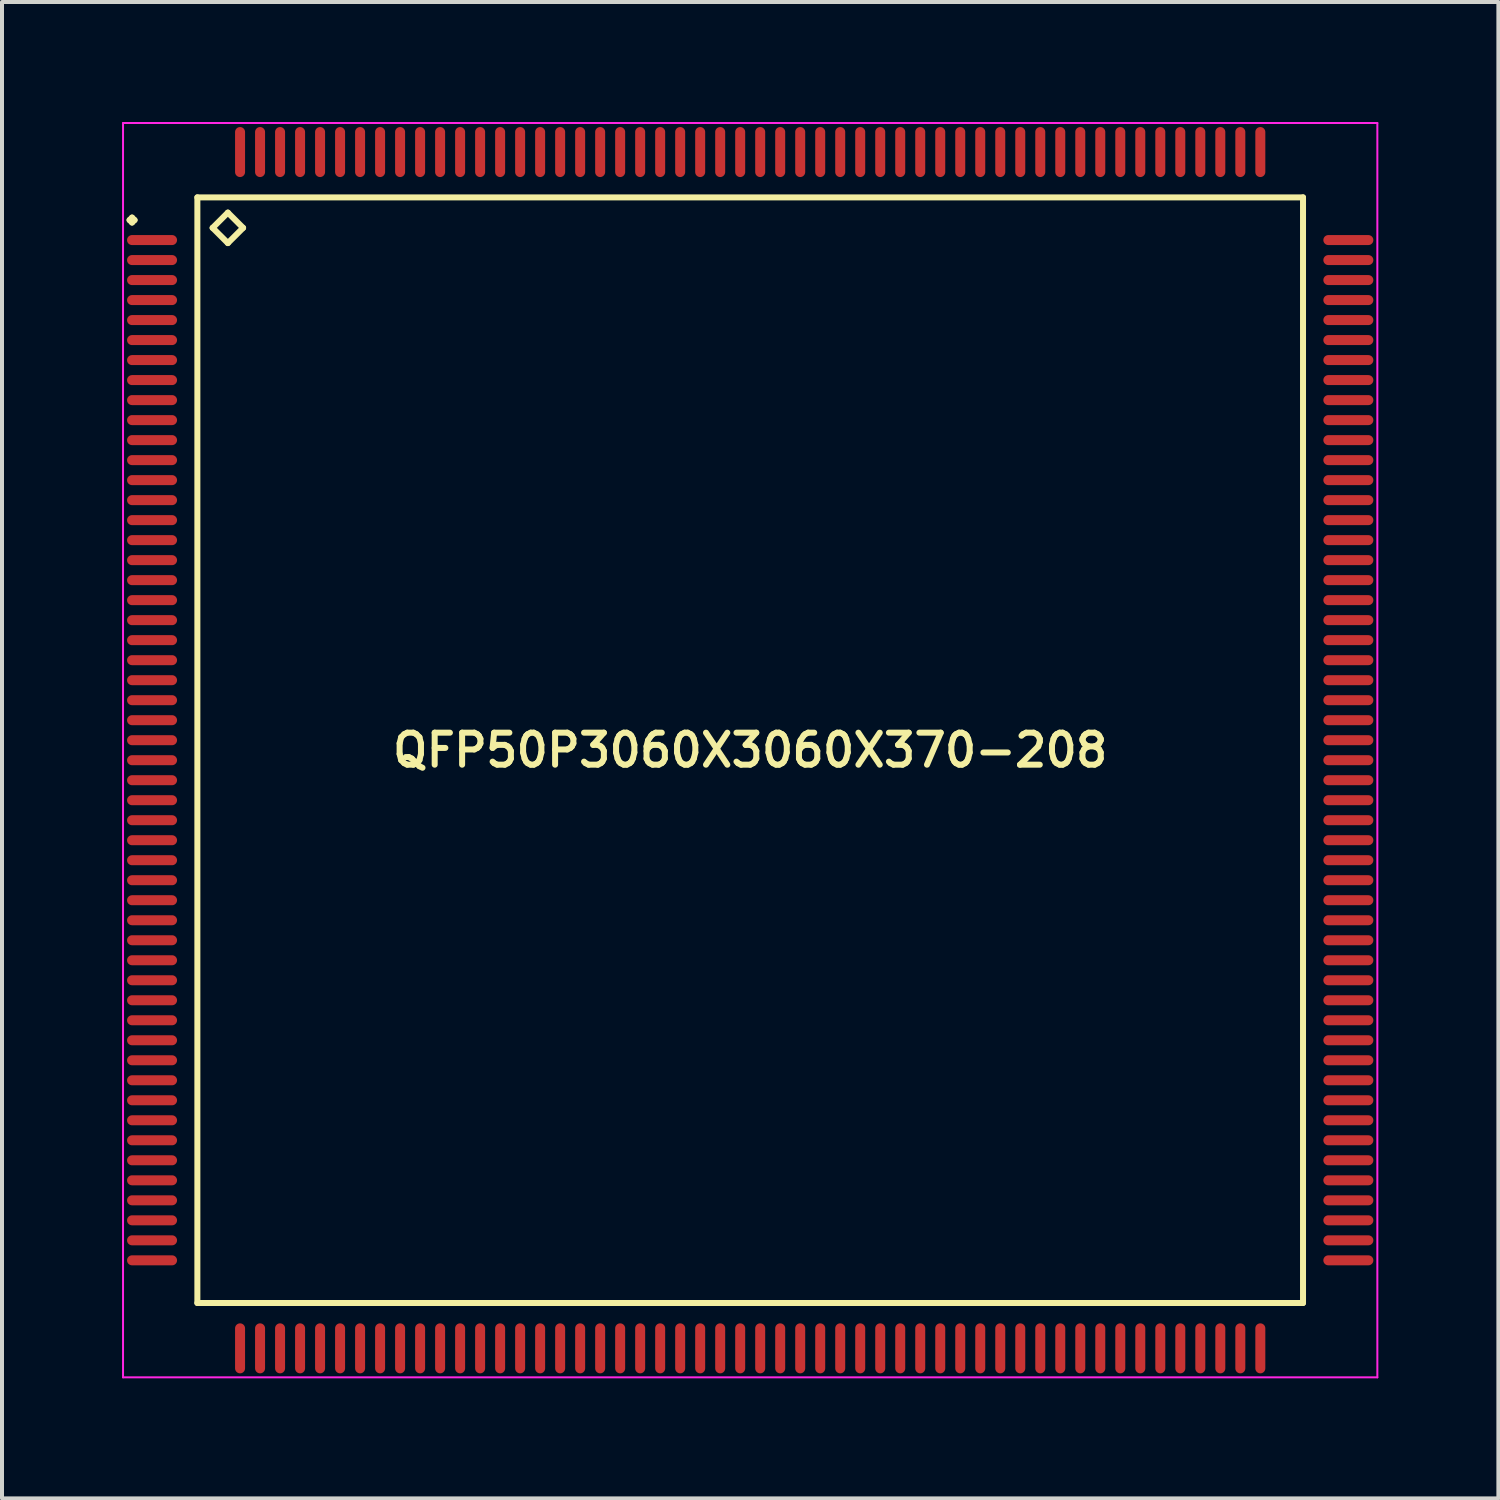
<source format=kicad_pcb>
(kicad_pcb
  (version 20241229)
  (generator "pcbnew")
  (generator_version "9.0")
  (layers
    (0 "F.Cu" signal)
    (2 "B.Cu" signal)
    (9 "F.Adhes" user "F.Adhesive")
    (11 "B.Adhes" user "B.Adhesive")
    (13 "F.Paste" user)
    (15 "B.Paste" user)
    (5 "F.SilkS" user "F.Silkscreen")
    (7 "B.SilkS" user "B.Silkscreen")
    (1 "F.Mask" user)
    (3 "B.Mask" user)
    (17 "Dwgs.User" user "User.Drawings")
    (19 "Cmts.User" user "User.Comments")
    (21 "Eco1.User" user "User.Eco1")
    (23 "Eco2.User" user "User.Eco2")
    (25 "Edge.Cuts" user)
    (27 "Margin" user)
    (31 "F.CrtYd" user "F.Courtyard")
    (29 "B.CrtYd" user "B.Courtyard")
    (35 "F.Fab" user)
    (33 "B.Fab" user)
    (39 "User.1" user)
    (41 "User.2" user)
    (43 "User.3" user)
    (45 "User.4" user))
  (footprint "QFP50P3060X3060X370-208"
    (layer "F.Cu")
    (at 15.7 15.7)
    (property "Reference" "QFP50P3060X3060X370-208" (at 0 0 0) (layer "F.SilkS") (effects (font (size 0.8 0.8) (thickness 0.15))))
    (attr smd)
    (fp_line (start -15.512 -13.25) (end -15.45 -13.312) (stroke (width 0.15) (type solid)) (layer "F.SilkS"))
    (fp_line (start -15.45 -13.312) (end -15.387 -13.25) (stroke (width 0.15) (type solid)) (layer "F.SilkS"))
    (fp_line (start -15.45 -13.188) (end -15.512 -13.25) (stroke (width 0.15) (type solid)) (layer "F.SilkS"))
    (fp_line (start -15.387 -13.25) (end -15.45 -13.188) (stroke (width 0.15) (type solid)) (layer "F.SilkS"))
    (fp_line (start -13.817 -13.817) (end -13.817 13.817) (stroke (width 0.15) (type solid)) (layer "F.SilkS"))
    (fp_line (start -13.817 13.817) (end 13.817 13.817) (stroke (width 0.15) (type solid)) (layer "F.SilkS"))
    (fp_line (start -13.436 -13.055) (end -13.055 -13.436) (stroke (width 0.15) (type solid)) (layer "F.SilkS"))
    (fp_line (start -13.055 -13.436) (end -12.674 -13.055) (stroke (width 0.15) (type solid)) (layer "F.SilkS"))
    (fp_line (start -13.055 -12.674) (end -13.436 -13.055) (stroke (width 0.15) (type solid)) (layer "F.SilkS"))
    (fp_line (start -12.674 -13.055) (end -13.055 -12.674) (stroke (width 0.15) (type solid)) (layer "F.SilkS"))
    (fp_line (start 13.817 -13.817) (end -13.817 -13.817) (stroke (width 0.15) (type solid)) (layer "F.SilkS"))
    (fp_line (start 13.817 13.817) (end 13.817 -13.817) (stroke (width 0.15) (type solid)) (layer "F.SilkS"))
    (fp_line (start -15.675 -15.675) (end 15.675 -15.675) (stroke (width 0.05) (type solid)) (layer "F.CrtYd"))
    (fp_line (start -15.675 15.675) (end -15.675 -15.675) (stroke (width 0.05) (type solid)) (layer "F.CrtYd"))
    (fp_line (start 15.675 -15.675) (end 15.675 15.675) (stroke (width 0.05) (type solid)) (layer "F.CrtYd"))
    (fp_line (start 15.675 15.675) (end -15.675 15.675) (stroke (width 0.05) (type solid)) (layer "F.CrtYd"))
    (pad "1" smd oval (at -14.95 -12.75) (size 1.25 0.25) (layers "F.Cu" "F.Mask" "F.Paste"))
    (pad "2" smd oval (at -14.95 -12.25) (size 1.25 0.25) (layers "F.Cu" "F.Mask" "F.Paste"))
    (pad "3" smd oval (at -14.95 -11.75) (size 1.25 0.25) (layers "F.Cu" "F.Mask" "F.Paste"))
    (pad "4" smd oval (at -14.95 -11.25) (size 1.25 0.25) (layers "F.Cu" "F.Mask" "F.Paste"))
    (pad "5" smd oval (at -14.95 -10.75) (size 1.25 0.25) (layers "F.Cu" "F.Mask" "F.Paste"))
    (pad "6" smd oval (at -14.95 -10.25) (size 1.25 0.25) (layers "F.Cu" "F.Mask" "F.Paste"))
    (pad "7" smd oval (at -14.95 -9.75) (size 1.25 0.25) (layers "F.Cu" "F.Mask" "F.Paste"))
    (pad "8" smd oval (at -14.95 -9.25) (size 1.25 0.25) (layers "F.Cu" "F.Mask" "F.Paste"))
    (pad "9" smd oval (at -14.95 -8.75) (size 1.25 0.25) (layers "F.Cu" "F.Mask" "F.Paste"))
    (pad "10" smd oval (at -14.95 -8.25) (size 1.25 0.25) (layers "F.Cu" "F.Mask" "F.Paste"))
    (pad "11" smd oval (at -14.95 -7.75) (size 1.25 0.25) (layers "F.Cu" "F.Mask" "F.Paste"))
    (pad "12" smd oval (at -14.95 -7.25) (size 1.25 0.25) (layers "F.Cu" "F.Mask" "F.Paste"))
    (pad "13" smd oval (at -14.95 -6.75) (size 1.25 0.25) (layers "F.Cu" "F.Mask" "F.Paste"))
    (pad "14" smd oval (at -14.95 -6.25) (size 1.25 0.25) (layers "F.Cu" "F.Mask" "F.Paste"))
    (pad "15" smd oval (at -14.95 -5.75) (size 1.25 0.25) (layers "F.Cu" "F.Mask" "F.Paste"))
    (pad "16" smd oval (at -14.95 -5.25) (size 1.25 0.25) (layers "F.Cu" "F.Mask" "F.Paste"))
    (pad "17" smd oval (at -14.95 -4.75) (size 1.25 0.25) (layers "F.Cu" "F.Mask" "F.Paste"))
    (pad "18" smd oval (at -14.95 -4.25) (size 1.25 0.25) (layers "F.Cu" "F.Mask" "F.Paste"))
    (pad "19" smd oval (at -14.95 -3.75) (size 1.25 0.25) (layers "F.Cu" "F.Mask" "F.Paste"))
    (pad "20" smd oval (at -14.95 -3.25) (size 1.25 0.25) (layers "F.Cu" "F.Mask" "F.Paste"))
    (pad "21" smd oval (at -14.95 -2.75) (size 1.25 0.25) (layers "F.Cu" "F.Mask" "F.Paste"))
    (pad "22" smd oval (at -14.95 -2.25) (size 1.25 0.25) (layers "F.Cu" "F.Mask" "F.Paste"))
    (pad "23" smd oval (at -14.95 -1.75) (size 1.25 0.25) (layers "F.Cu" "F.Mask" "F.Paste"))
    (pad "24" smd oval (at -14.95 -1.25) (size 1.25 0.25) (layers "F.Cu" "F.Mask" "F.Paste"))
    (pad "25" smd oval (at -14.95 -0.75) (size 1.25 0.25) (layers "F.Cu" "F.Mask" "F.Paste"))
    (pad "26" smd oval (at -14.95 -0.25) (size 1.25 0.25) (layers "F.Cu" "F.Mask" "F.Paste"))
    (pad "27" smd oval (at -14.95 0.25) (size 1.25 0.25) (layers "F.Cu" "F.Mask" "F.Paste"))
    (pad "28" smd oval (at -14.95 0.75) (size 1.25 0.25) (layers "F.Cu" "F.Mask" "F.Paste"))
    (pad "29" smd oval (at -14.95 1.25) (size 1.25 0.25) (layers "F.Cu" "F.Mask" "F.Paste"))
    (pad "30" smd oval (at -14.95 1.75) (size 1.25 0.25) (layers "F.Cu" "F.Mask" "F.Paste"))
    (pad "31" smd oval (at -14.95 2.25) (size 1.25 0.25) (layers "F.Cu" "F.Mask" "F.Paste"))
    (pad "32" smd oval (at -14.95 2.75) (size 1.25 0.25) (layers "F.Cu" "F.Mask" "F.Paste"))
    (pad "33" smd oval (at -14.95 3.25) (size 1.25 0.25) (layers "F.Cu" "F.Mask" "F.Paste"))
    (pad "34" smd oval (at -14.95 3.75) (size 1.25 0.25) (layers "F.Cu" "F.Mask" "F.Paste"))
    (pad "35" smd oval (at -14.95 4.25) (size 1.25 0.25) (layers "F.Cu" "F.Mask" "F.Paste"))
    (pad "36" smd oval (at -14.95 4.75) (size 1.25 0.25) (layers "F.Cu" "F.Mask" "F.Paste"))
    (pad "37" smd oval (at -14.95 5.25) (size 1.25 0.25) (layers "F.Cu" "F.Mask" "F.Paste"))
    (pad "38" smd oval (at -14.95 5.75) (size 1.25 0.25) (layers "F.Cu" "F.Mask" "F.Paste"))
    (pad "39" smd oval (at -14.95 6.25) (size 1.25 0.25) (layers "F.Cu" "F.Mask" "F.Paste"))
    (pad "40" smd oval (at -14.95 6.75) (size 1.25 0.25) (layers "F.Cu" "F.Mask" "F.Paste"))
    (pad "41" smd oval (at -14.95 7.25) (size 1.25 0.25) (layers "F.Cu" "F.Mask" "F.Paste"))
    (pad "42" smd oval (at -14.95 7.75) (size 1.25 0.25) (layers "F.Cu" "F.Mask" "F.Paste"))
    (pad "43" smd oval (at -14.95 8.25) (size 1.25 0.25) (layers "F.Cu" "F.Mask" "F.Paste"))
    (pad "44" smd oval (at -14.95 8.75) (size 1.25 0.25) (layers "F.Cu" "F.Mask" "F.Paste"))
    (pad "45" smd oval (at -14.95 9.25) (size 1.25 0.25) (layers "F.Cu" "F.Mask" "F.Paste"))
    (pad "46" smd oval (at -14.95 9.75) (size 1.25 0.25) (layers "F.Cu" "F.Mask" "F.Paste"))
    (pad "47" smd oval (at -14.95 10.25) (size 1.25 0.25) (layers "F.Cu" "F.Mask" "F.Paste"))
    (pad "48" smd oval (at -14.95 10.75) (size 1.25 0.25) (layers "F.Cu" "F.Mask" "F.Paste"))
    (pad "49" smd oval (at -14.95 11.25) (size 1.25 0.25) (layers "F.Cu" "F.Mask" "F.Paste"))
    (pad "50" smd oval (at -14.95 11.75) (size 1.25 0.25) (layers "F.Cu" "F.Mask" "F.Paste"))
    (pad "51" smd oval (at -14.95 12.25) (size 1.25 0.25) (layers "F.Cu" "F.Mask" "F.Paste"))
    (pad "52" smd oval (at -14.95 12.75) (size 1.25 0.25) (layers "F.Cu" "F.Mask" "F.Paste"))
    (pad "53" smd oval (at -12.75 14.95) (size 0.25 1.25) (layers "F.Cu" "F.Mask" "F.Paste"))
    (pad "54" smd oval (at -12.25 14.95) (size 0.25 1.25) (layers "F.Cu" "F.Mask" "F.Paste"))
    (pad "55" smd oval (at -11.75 14.95) (size 0.25 1.25) (layers "F.Cu" "F.Mask" "F.Paste"))
    (pad "56" smd oval (at -11.25 14.95) (size 0.25 1.25) (layers "F.Cu" "F.Mask" "F.Paste"))
    (pad "57" smd oval (at -10.75 14.95) (size 0.25 1.25) (layers "F.Cu" "F.Mask" "F.Paste"))
    (pad "58" smd oval (at -10.25 14.95) (size 0.25 1.25) (layers "F.Cu" "F.Mask" "F.Paste"))
    (pad "59" smd oval (at -9.75 14.95) (size 0.25 1.25) (layers "F.Cu" "F.Mask" "F.Paste"))
    (pad "60" smd oval (at -9.25 14.95) (size 0.25 1.25) (layers "F.Cu" "F.Mask" "F.Paste"))
    (pad "61" smd oval (at -8.75 14.95) (size 0.25 1.25) (layers "F.Cu" "F.Mask" "F.Paste"))
    (pad "62" smd oval (at -8.25 14.95) (size 0.25 1.25) (layers "F.Cu" "F.Mask" "F.Paste"))
    (pad "63" smd oval (at -7.75 14.95) (size 0.25 1.25) (layers "F.Cu" "F.Mask" "F.Paste"))
    (pad "64" smd oval (at -7.25 14.95) (size 0.25 1.25) (layers "F.Cu" "F.Mask" "F.Paste"))
    (pad "65" smd oval (at -6.75 14.95) (size 0.25 1.25) (layers "F.Cu" "F.Mask" "F.Paste"))
    (pad "66" smd oval (at -6.25 14.95) (size 0.25 1.25) (layers "F.Cu" "F.Mask" "F.Paste"))
    (pad "67" smd oval (at -5.75 14.95) (size 0.25 1.25) (layers "F.Cu" "F.Mask" "F.Paste"))
    (pad "68" smd oval (at -5.25 14.95) (size 0.25 1.25) (layers "F.Cu" "F.Mask" "F.Paste"))
    (pad "69" smd oval (at -4.75 14.95) (size 0.25 1.25) (layers "F.Cu" "F.Mask" "F.Paste"))
    (pad "70" smd oval (at -4.25 14.95) (size 0.25 1.25) (layers "F.Cu" "F.Mask" "F.Paste"))
    (pad "71" smd oval (at -3.75 14.95) (size 0.25 1.25) (layers "F.Cu" "F.Mask" "F.Paste"))
    (pad "72" smd oval (at -3.25 14.95) (size 0.25 1.25) (layers "F.Cu" "F.Mask" "F.Paste"))
    (pad "73" smd oval (at -2.75 14.95) (size 0.25 1.25) (layers "F.Cu" "F.Mask" "F.Paste"))
    (pad "74" smd oval (at -2.25 14.95) (size 0.25 1.25) (layers "F.Cu" "F.Mask" "F.Paste"))
    (pad "75" smd oval (at -1.75 14.95) (size 0.25 1.25) (layers "F.Cu" "F.Mask" "F.Paste"))
    (pad "76" smd oval (at -1.25 14.95) (size 0.25 1.25) (layers "F.Cu" "F.Mask" "F.Paste"))
    (pad "77" smd oval (at -0.75 14.95) (size 0.25 1.25) (layers "F.Cu" "F.Mask" "F.Paste"))
    (pad "78" smd oval (at -0.25 14.95) (size 0.25 1.25) (layers "F.Cu" "F.Mask" "F.Paste"))
    (pad "79" smd oval (at 0.25 14.95) (size 0.25 1.25) (layers "F.Cu" "F.Mask" "F.Paste"))
    (pad "80" smd oval (at 0.75 14.95) (size 0.25 1.25) (layers "F.Cu" "F.Mask" "F.Paste"))
    (pad "81" smd oval (at 1.25 14.95) (size 0.25 1.25) (layers "F.Cu" "F.Mask" "F.Paste"))
    (pad "82" smd oval (at 1.75 14.95) (size 0.25 1.25) (layers "F.Cu" "F.Mask" "F.Paste"))
    (pad "83" smd oval (at 2.25 14.95) (size 0.25 1.25) (layers "F.Cu" "F.Mask" "F.Paste"))
    (pad "84" smd oval (at 2.75 14.95) (size 0.25 1.25) (layers "F.Cu" "F.Mask" "F.Paste"))
    (pad "85" smd oval (at 3.25 14.95) (size 0.25 1.25) (layers "F.Cu" "F.Mask" "F.Paste"))
    (pad "86" smd oval (at 3.75 14.95) (size 0.25 1.25) (layers "F.Cu" "F.Mask" "F.Paste"))
    (pad "87" smd oval (at 4.25 14.95) (size 0.25 1.25) (layers "F.Cu" "F.Mask" "F.Paste"))
    (pad "88" smd oval (at 4.75 14.95) (size 0.25 1.25) (layers "F.Cu" "F.Mask" "F.Paste"))
    (pad "89" smd oval (at 5.25 14.95) (size 0.25 1.25) (layers "F.Cu" "F.Mask" "F.Paste"))
    (pad "90" smd oval (at 5.75 14.95) (size 0.25 1.25) (layers "F.Cu" "F.Mask" "F.Paste"))
    (pad "91" smd oval (at 6.25 14.95) (size 0.25 1.25) (layers "F.Cu" "F.Mask" "F.Paste"))
    (pad "92" smd oval (at 6.75 14.95) (size 0.25 1.25) (layers "F.Cu" "F.Mask" "F.Paste"))
    (pad "93" smd oval (at 7.25 14.95) (size 0.25 1.25) (layers "F.Cu" "F.Mask" "F.Paste"))
    (pad "94" smd oval (at 7.75 14.95) (size 0.25 1.25) (layers "F.Cu" "F.Mask" "F.Paste"))
    (pad "95" smd oval (at 8.25 14.95) (size 0.25 1.25) (layers "F.Cu" "F.Mask" "F.Paste"))
    (pad "96" smd oval (at 8.75 14.95) (size 0.25 1.25) (layers "F.Cu" "F.Mask" "F.Paste"))
    (pad "97" smd oval (at 9.25 14.95) (size 0.25 1.25) (layers "F.Cu" "F.Mask" "F.Paste"))
    (pad "98" smd oval (at 9.75 14.95) (size 0.25 1.25) (layers "F.Cu" "F.Mask" "F.Paste"))
    (pad "99" smd oval (at 10.25 14.95) (size 0.25 1.25) (layers "F.Cu" "F.Mask" "F.Paste"))
    (pad "100" smd oval (at 10.75 14.95) (size 0.25 1.25) (layers "F.Cu" "F.Mask" "F.Paste"))
    (pad "101" smd oval (at 11.25 14.95) (size 0.25 1.25) (layers "F.Cu" "F.Mask" "F.Paste"))
    (pad "102" smd oval (at 11.75 14.95) (size 0.25 1.25) (layers "F.Cu" "F.Mask" "F.Paste"))
    (pad "103" smd oval (at 12.25 14.95) (size 0.25 1.25) (layers "F.Cu" "F.Mask" "F.Paste"))
    (pad "104" smd oval (at 12.75 14.95) (size 0.25 1.25) (layers "F.Cu" "F.Mask" "F.Paste"))
    (pad "105" smd oval (at 14.95 12.75) (size 1.25 0.25) (layers "F.Cu" "F.Mask" "F.Paste"))
    (pad "106" smd oval (at 14.95 12.25) (size 1.25 0.25) (layers "F.Cu" "F.Mask" "F.Paste"))
    (pad "107" smd oval (at 14.95 11.75) (size 1.25 0.25) (layers "F.Cu" "F.Mask" "F.Paste"))
    (pad "108" smd oval (at 14.95 11.25) (size 1.25 0.25) (layers "F.Cu" "F.Mask" "F.Paste"))
    (pad "109" smd oval (at 14.95 10.75) (size 1.25 0.25) (layers "F.Cu" "F.Mask" "F.Paste"))
    (pad "110" smd oval (at 14.95 10.25) (size 1.25 0.25) (layers "F.Cu" "F.Mask" "F.Paste"))
    (pad "111" smd oval (at 14.95 9.75) (size 1.25 0.25) (layers "F.Cu" "F.Mask" "F.Paste"))
    (pad "112" smd oval (at 14.95 9.25) (size 1.25 0.25) (layers "F.Cu" "F.Mask" "F.Paste"))
    (pad "113" smd oval (at 14.95 8.75) (size 1.25 0.25) (layers "F.Cu" "F.Mask" "F.Paste"))
    (pad "114" smd oval (at 14.95 8.25) (size 1.25 0.25) (layers "F.Cu" "F.Mask" "F.Paste"))
    (pad "115" smd oval (at 14.95 7.75) (size 1.25 0.25) (layers "F.Cu" "F.Mask" "F.Paste"))
    (pad "116" smd oval (at 14.95 7.25) (size 1.25 0.25) (layers "F.Cu" "F.Mask" "F.Paste"))
    (pad "117" smd oval (at 14.95 6.75) (size 1.25 0.25) (layers "F.Cu" "F.Mask" "F.Paste"))
    (pad "118" smd oval (at 14.95 6.25) (size 1.25 0.25) (layers "F.Cu" "F.Mask" "F.Paste"))
    (pad "119" smd oval (at 14.95 5.75) (size 1.25 0.25) (layers "F.Cu" "F.Mask" "F.Paste"))
    (pad "120" smd oval (at 14.95 5.25) (size 1.25 0.25) (layers "F.Cu" "F.Mask" "F.Paste"))
    (pad "121" smd oval (at 14.95 4.75) (size 1.25 0.25) (layers "F.Cu" "F.Mask" "F.Paste"))
    (pad "122" smd oval (at 14.95 4.25) (size 1.25 0.25) (layers "F.Cu" "F.Mask" "F.Paste"))
    (pad "123" smd oval (at 14.95 3.75) (size 1.25 0.25) (layers "F.Cu" "F.Mask" "F.Paste"))
    (pad "124" smd oval (at 14.95 3.25) (size 1.25 0.25) (layers "F.Cu" "F.Mask" "F.Paste"))
    (pad "125" smd oval (at 14.95 2.75) (size 1.25 0.25) (layers "F.Cu" "F.Mask" "F.Paste"))
    (pad "126" smd oval (at 14.95 2.25) (size 1.25 0.25) (layers "F.Cu" "F.Mask" "F.Paste"))
    (pad "127" smd oval (at 14.95 1.75) (size 1.25 0.25) (layers "F.Cu" "F.Mask" "F.Paste"))
    (pad "128" smd oval (at 14.95 1.25) (size 1.25 0.25) (layers "F.Cu" "F.Mask" "F.Paste"))
    (pad "129" smd oval (at 14.95 0.75) (size 1.25 0.25) (layers "F.Cu" "F.Mask" "F.Paste"))
    (pad "130" smd oval (at 14.95 0.25) (size 1.25 0.25) (layers "F.Cu" "F.Mask" "F.Paste"))
    (pad "131" smd oval (at 14.95 -0.25) (size 1.25 0.25) (layers "F.Cu" "F.Mask" "F.Paste"))
    (pad "132" smd oval (at 14.95 -0.75) (size 1.25 0.25) (layers "F.Cu" "F.Mask" "F.Paste"))
    (pad "133" smd oval (at 14.95 -1.25) (size 1.25 0.25) (layers "F.Cu" "F.Mask" "F.Paste"))
    (pad "134" smd oval (at 14.95 -1.75) (size 1.25 0.25) (layers "F.Cu" "F.Mask" "F.Paste"))
    (pad "135" smd oval (at 14.95 -2.25) (size 1.25 0.25) (layers "F.Cu" "F.Mask" "F.Paste"))
    (pad "136" smd oval (at 14.95 -2.75) (size 1.25 0.25) (layers "F.Cu" "F.Mask" "F.Paste"))
    (pad "137" smd oval (at 14.95 -3.25) (size 1.25 0.25) (layers "F.Cu" "F.Mask" "F.Paste"))
    (pad "138" smd oval (at 14.95 -3.75) (size 1.25 0.25) (layers "F.Cu" "F.Mask" "F.Paste"))
    (pad "139" smd oval (at 14.95 -4.25) (size 1.25 0.25) (layers "F.Cu" "F.Mask" "F.Paste"))
    (pad "140" smd oval (at 14.95 -4.75) (size 1.25 0.25) (layers "F.Cu" "F.Mask" "F.Paste"))
    (pad "141" smd oval (at 14.95 -5.25) (size 1.25 0.25) (layers "F.Cu" "F.Mask" "F.Paste"))
    (pad "142" smd oval (at 14.95 -5.75) (size 1.25 0.25) (layers "F.Cu" "F.Mask" "F.Paste"))
    (pad "143" smd oval (at 14.95 -6.25) (size 1.25 0.25) (layers "F.Cu" "F.Mask" "F.Paste"))
    (pad "144" smd oval (at 14.95 -6.75) (size 1.25 0.25) (layers "F.Cu" "F.Mask" "F.Paste"))
    (pad "145" smd oval (at 14.95 -7.25) (size 1.25 0.25) (layers "F.Cu" "F.Mask" "F.Paste"))
    (pad "146" smd oval (at 14.95 -7.75) (size 1.25 0.25) (layers "F.Cu" "F.Mask" "F.Paste"))
    (pad "147" smd oval (at 14.95 -8.25) (size 1.25 0.25) (layers "F.Cu" "F.Mask" "F.Paste"))
    (pad "148" smd oval (at 14.95 -8.75) (size 1.25 0.25) (layers "F.Cu" "F.Mask" "F.Paste"))
    (pad "149" smd oval (at 14.95 -9.25) (size 1.25 0.25) (layers "F.Cu" "F.Mask" "F.Paste"))
    (pad "150" smd oval (at 14.95 -9.75) (size 1.25 0.25) (layers "F.Cu" "F.Mask" "F.Paste"))
    (pad "151" smd oval (at 14.95 -10.25) (size 1.25 0.25) (layers "F.Cu" "F.Mask" "F.Paste"))
    (pad "152" smd oval (at 14.95 -10.75) (size 1.25 0.25) (layers "F.Cu" "F.Mask" "F.Paste"))
    (pad "153" smd oval (at 14.95 -11.25) (size 1.25 0.25) (layers "F.Cu" "F.Mask" "F.Paste"))
    (pad "154" smd oval (at 14.95 -11.75) (size 1.25 0.25) (layers "F.Cu" "F.Mask" "F.Paste"))
    (pad "155" smd oval (at 14.95 -12.25) (size 1.25 0.25) (layers "F.Cu" "F.Mask" "F.Paste"))
    (pad "156" smd oval (at 14.95 -12.75) (size 1.25 0.25) (layers "F.Cu" "F.Mask" "F.Paste"))
    (pad "157" smd oval (at 12.75 -14.95) (size 0.25 1.25) (layers "F.Cu" "F.Mask" "F.Paste"))
    (pad "158" smd oval (at 12.25 -14.95) (size 0.25 1.25) (layers "F.Cu" "F.Mask" "F.Paste"))
    (pad "159" smd oval (at 11.75 -14.95) (size 0.25 1.25) (layers "F.Cu" "F.Mask" "F.Paste"))
    (pad "160" smd oval (at 11.25 -14.95) (size 0.25 1.25) (layers "F.Cu" "F.Mask" "F.Paste"))
    (pad "161" smd oval (at 10.75 -14.95) (size 0.25 1.25) (layers "F.Cu" "F.Mask" "F.Paste"))
    (pad "162" smd oval (at 10.25 -14.95) (size 0.25 1.25) (layers "F.Cu" "F.Mask" "F.Paste"))
    (pad "163" smd oval (at 9.75 -14.95) (size 0.25 1.25) (layers "F.Cu" "F.Mask" "F.Paste"))
    (pad "164" smd oval (at 9.25 -14.95) (size 0.25 1.25) (layers "F.Cu" "F.Mask" "F.Paste"))
    (pad "165" smd oval (at 8.75 -14.95) (size 0.25 1.25) (layers "F.Cu" "F.Mask" "F.Paste"))
    (pad "166" smd oval (at 8.25 -14.95) (size 0.25 1.25) (layers "F.Cu" "F.Mask" "F.Paste"))
    (pad "167" smd oval (at 7.75 -14.95) (size 0.25 1.25) (layers "F.Cu" "F.Mask" "F.Paste"))
    (pad "168" smd oval (at 7.25 -14.95) (size 0.25 1.25) (layers "F.Cu" "F.Mask" "F.Paste"))
    (pad "169" smd oval (at 6.75 -14.95) (size 0.25 1.25) (layers "F.Cu" "F.Mask" "F.Paste"))
    (pad "170" smd oval (at 6.25 -14.95) (size 0.25 1.25) (layers "F.Cu" "F.Mask" "F.Paste"))
    (pad "171" smd oval (at 5.75 -14.95) (size 0.25 1.25) (layers "F.Cu" "F.Mask" "F.Paste"))
    (pad "172" smd oval (at 5.25 -14.95) (size 0.25 1.25) (layers "F.Cu" "F.Mask" "F.Paste"))
    (pad "173" smd oval (at 4.75 -14.95) (size 0.25 1.25) (layers "F.Cu" "F.Mask" "F.Paste"))
    (pad "174" smd oval (at 4.25 -14.95) (size 0.25 1.25) (layers "F.Cu" "F.Mask" "F.Paste"))
    (pad "175" smd oval (at 3.75 -14.95) (size 0.25 1.25) (layers "F.Cu" "F.Mask" "F.Paste"))
    (pad "176" smd oval (at 3.25 -14.95) (size 0.25 1.25) (layers "F.Cu" "F.Mask" "F.Paste"))
    (pad "177" smd oval (at 2.75 -14.95) (size 0.25 1.25) (layers "F.Cu" "F.Mask" "F.Paste"))
    (pad "178" smd oval (at 2.25 -14.95) (size 0.25 1.25) (layers "F.Cu" "F.Mask" "F.Paste"))
    (pad "179" smd oval (at 1.75 -14.95) (size 0.25 1.25) (layers "F.Cu" "F.Mask" "F.Paste"))
    (pad "180" smd oval (at 1.25 -14.95) (size 0.25 1.25) (layers "F.Cu" "F.Mask" "F.Paste"))
    (pad "181" smd oval (at 0.75 -14.95) (size 0.25 1.25) (layers "F.Cu" "F.Mask" "F.Paste"))
    (pad "182" smd oval (at 0.25 -14.95) (size 0.25 1.25) (layers "F.Cu" "F.Mask" "F.Paste"))
    (pad "183" smd oval (at -0.25 -14.95) (size 0.25 1.25) (layers "F.Cu" "F.Mask" "F.Paste"))
    (pad "184" smd oval (at -0.75 -14.95) (size 0.25 1.25) (layers "F.Cu" "F.Mask" "F.Paste"))
    (pad "185" smd oval (at -1.25 -14.95) (size 0.25 1.25) (layers "F.Cu" "F.Mask" "F.Paste"))
    (pad "186" smd oval (at -1.75 -14.95) (size 0.25 1.25) (layers "F.Cu" "F.Mask" "F.Paste"))
    (pad "187" smd oval (at -2.25 -14.95) (size 0.25 1.25) (layers "F.Cu" "F.Mask" "F.Paste"))
    (pad "188" smd oval (at -2.75 -14.95) (size 0.25 1.25) (layers "F.Cu" "F.Mask" "F.Paste"))
    (pad "189" smd oval (at -3.25 -14.95) (size 0.25 1.25) (layers "F.Cu" "F.Mask" "F.Paste"))
    (pad "190" smd oval (at -3.75 -14.95) (size 0.25 1.25) (layers "F.Cu" "F.Mask" "F.Paste"))
    (pad "191" smd oval (at -4.25 -14.95) (size 0.25 1.25) (layers "F.Cu" "F.Mask" "F.Paste"))
    (pad "192" smd oval (at -4.75 -14.95) (size 0.25 1.25) (layers "F.Cu" "F.Mask" "F.Paste"))
    (pad "193" smd oval (at -5.25 -14.95) (size 0.25 1.25) (layers "F.Cu" "F.Mask" "F.Paste"))
    (pad "194" smd oval (at -5.75 -14.95) (size 0.25 1.25) (layers "F.Cu" "F.Mask" "F.Paste"))
    (pad "195" smd oval (at -6.25 -14.95) (size 0.25 1.25) (layers "F.Cu" "F.Mask" "F.Paste"))
    (pad "196" smd oval (at -6.75 -14.95) (size 0.25 1.25) (layers "F.Cu" "F.Mask" "F.Paste"))
    (pad "197" smd oval (at -7.25 -14.95) (size 0.25 1.25) (layers "F.Cu" "F.Mask" "F.Paste"))
    (pad "198" smd oval (at -7.75 -14.95) (size 0.25 1.25) (layers "F.Cu" "F.Mask" "F.Paste"))
    (pad "199" smd oval (at -8.25 -14.95) (size 0.25 1.25) (layers "F.Cu" "F.Mask" "F.Paste"))
    (pad "200" smd oval (at -8.75 -14.95) (size 0.25 1.25) (layers "F.Cu" "F.Mask" "F.Paste"))
    (pad "201" smd oval (at -9.25 -14.95) (size 0.25 1.25) (layers "F.Cu" "F.Mask" "F.Paste"))
    (pad "202" smd oval (at -9.75 -14.95) (size 0.25 1.25) (layers "F.Cu" "F.Mask" "F.Paste"))
    (pad "203" smd oval (at -10.25 -14.95) (size 0.25 1.25) (layers "F.Cu" "F.Mask" "F.Paste"))
    (pad "204" smd oval (at -10.75 -14.95) (size 0.25 1.25) (layers "F.Cu" "F.Mask" "F.Paste"))
    (pad "205" smd oval (at -11.25 -14.95) (size 0.25 1.25) (layers "F.Cu" "F.Mask" "F.Paste"))
    (pad "206" smd oval (at -11.75 -14.95) (size 0.25 1.25) (layers "F.Cu" "F.Mask" "F.Paste"))
    (pad "207" smd oval (at -12.25 -14.95) (size 0.25 1.25) (layers "F.Cu" "F.Mask" "F.Paste"))
    (pad "208" smd oval (at -12.75 -14.95) (size 0.25 1.25) (layers "F.Cu" "F.Mask" "F.Paste")))
  (gr_rect
    (start -3 -3)
    (end 34.4 34.4)
    (stroke (width 0.1) (type default))
    (fill no)
    (layer "Edge.Cuts")))
</source>
